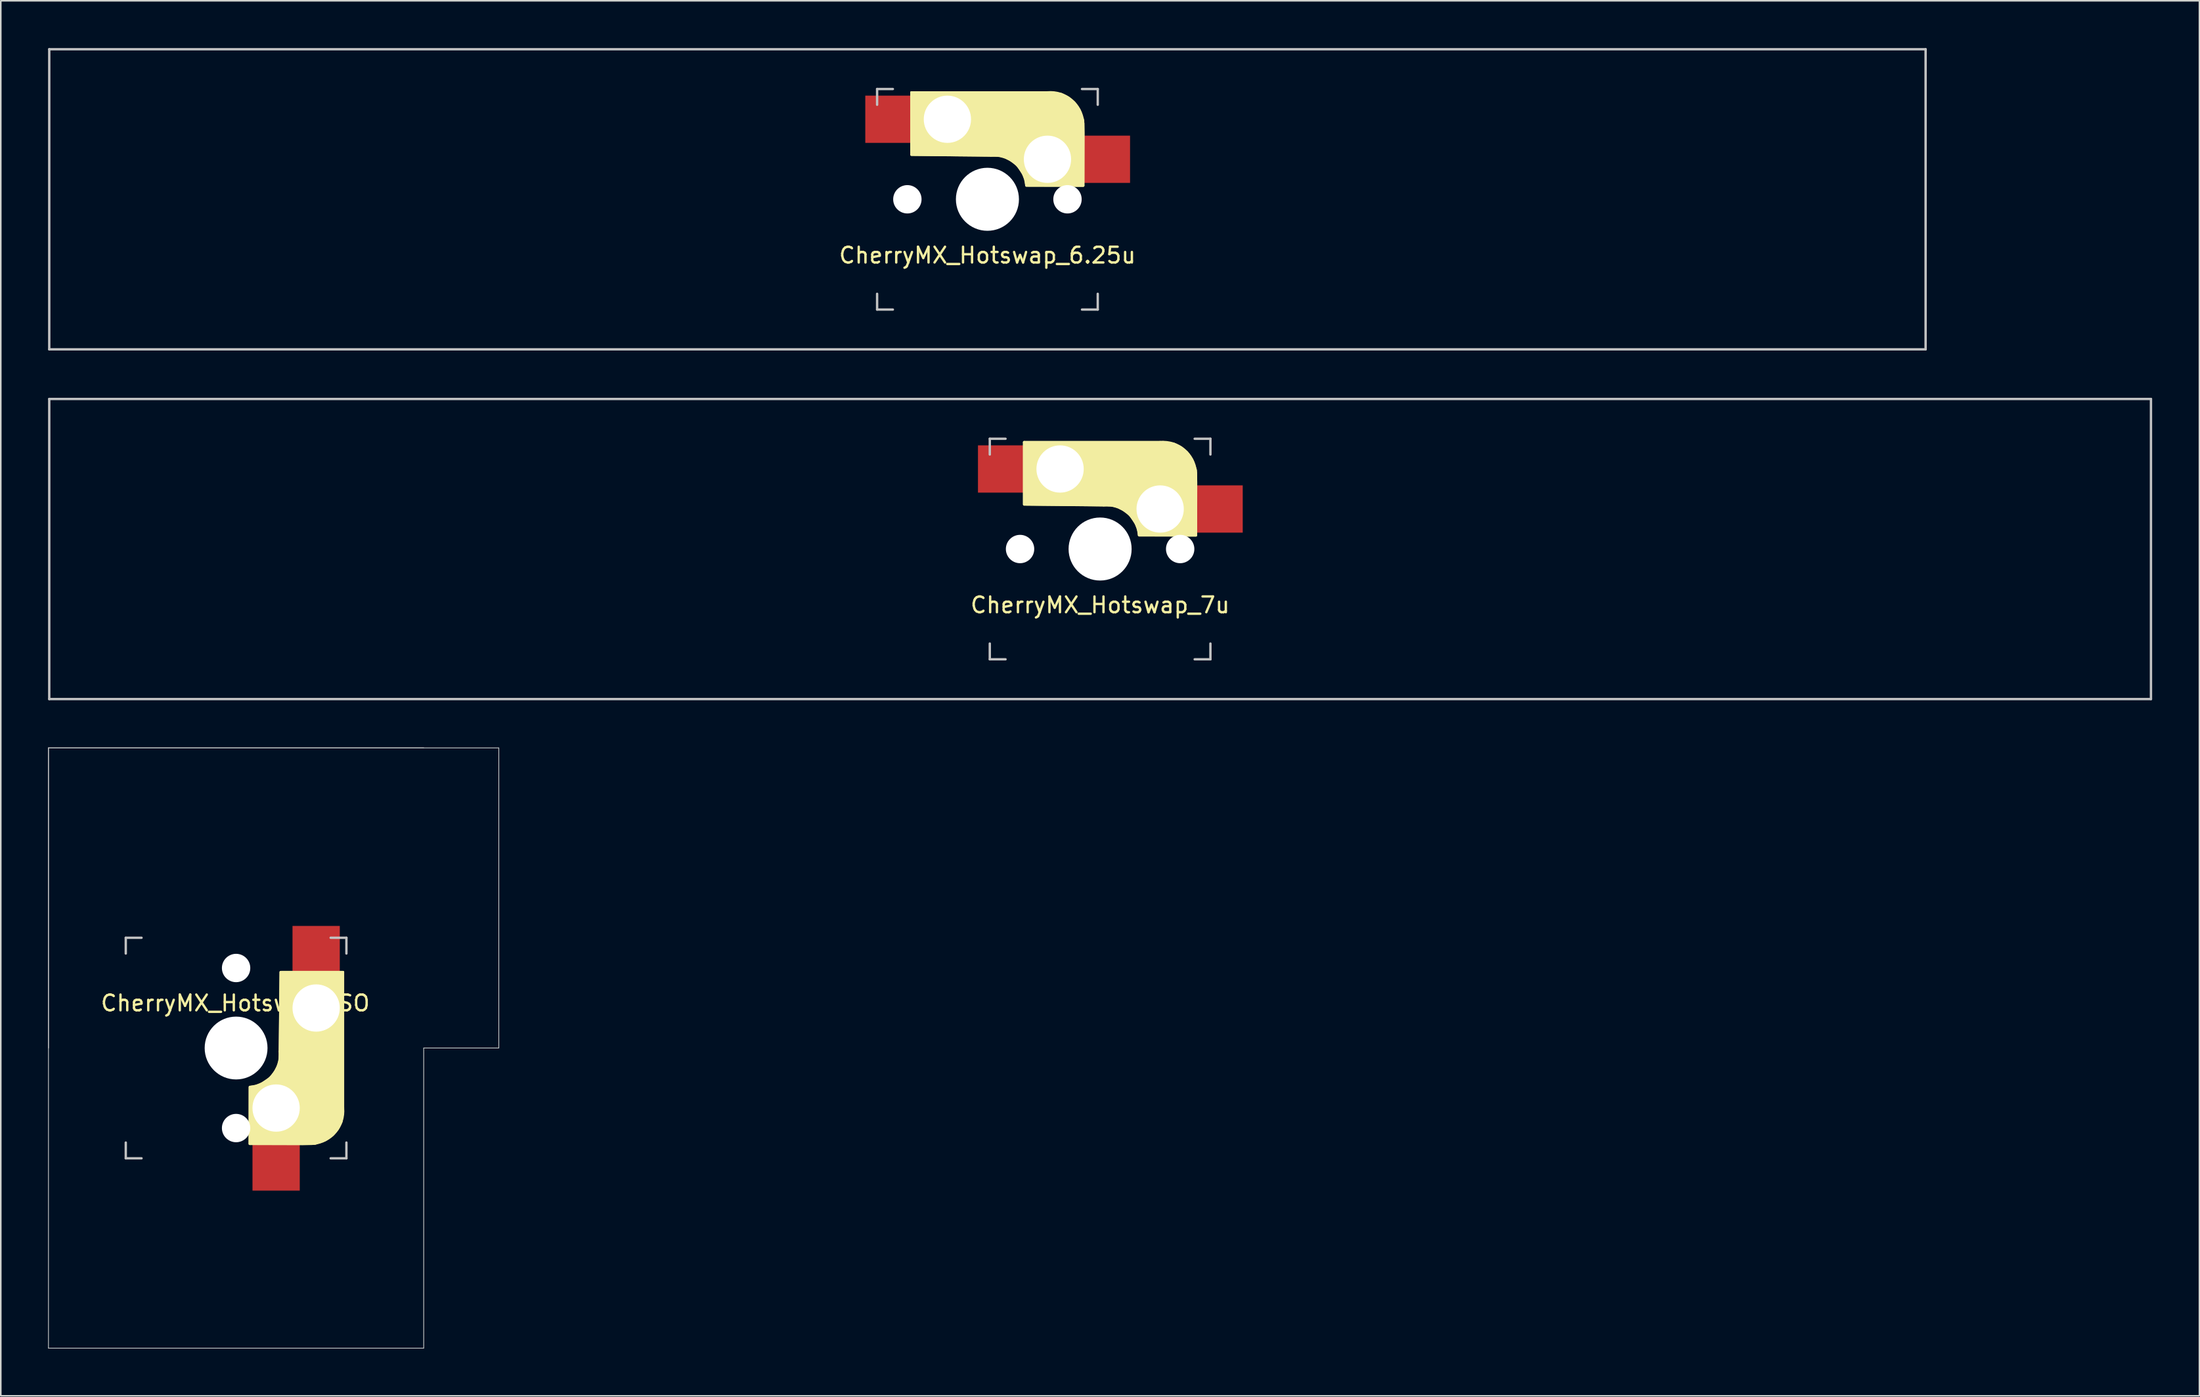
<source format=kicad_pcb>
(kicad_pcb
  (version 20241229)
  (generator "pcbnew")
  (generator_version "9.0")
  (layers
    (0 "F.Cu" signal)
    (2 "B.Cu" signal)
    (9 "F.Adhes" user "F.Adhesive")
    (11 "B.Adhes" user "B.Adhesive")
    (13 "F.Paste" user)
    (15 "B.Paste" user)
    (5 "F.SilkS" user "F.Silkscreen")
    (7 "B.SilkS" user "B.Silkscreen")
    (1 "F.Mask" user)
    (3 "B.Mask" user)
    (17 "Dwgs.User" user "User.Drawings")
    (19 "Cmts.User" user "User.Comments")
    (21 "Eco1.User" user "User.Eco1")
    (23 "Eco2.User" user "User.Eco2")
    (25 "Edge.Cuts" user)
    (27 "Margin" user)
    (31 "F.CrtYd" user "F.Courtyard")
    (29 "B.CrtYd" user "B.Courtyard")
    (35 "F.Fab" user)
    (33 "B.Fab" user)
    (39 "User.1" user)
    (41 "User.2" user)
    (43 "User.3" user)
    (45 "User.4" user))
  (footprint "CherryMX_Hotswap_7u"
    (layer "F.Cu")
    (at 66.756 31.8)
    (property "Reference" "CherryMX_Hotswap_7u" (at 0 3.556 0) (layer "F.SilkS") (effects (font (size 1 1) (thickness 0.15))))
    (attr smd)
    (fp_line (start -4.82 -6.784) (end -4.82 -2.876) (stroke (width 0.15) (type solid)) (layer "F.SilkS"))
    (fp_line (start 0.23 -2.784) (end -4.82 -2.83) (stroke (width 0.15) (type solid)) (layer "F.SilkS"))
    (fp_line (start 2.47 -0.876) (end 6.08 -0.876) (stroke (width 0.15) (type solid)) (layer "F.SilkS"))
    (fp_line (start 3.805 -6.784) (end -4.82 -6.784) (stroke (width 0.15) (type solid)) (layer "F.SilkS"))
    (fp_line (start 6.08 -0.885) (end 6.08 -4.83) (stroke (width 0.15) (type solid)) (layer "F.SilkS"))
    (fp_arc (start 0.205 -2.78) (mid 1.724361 -2.308061) (end 2.465 -0.9) (stroke (width 0.15) (type solid)) (layer "F.SilkS"))
    (fp_arc (start 3.805 -6.784) (mid 5.327189 -6.31089) (end 6.069 -4.9) (stroke (width 0.15) (type solid)) (layer "F.SilkS"))
    (fp_poly (pts (xy 6.08 -0.86) (xy 2.48 -0.87) (xy 2.42 -1.27) (xy 2.27 -1.62) (xy 1.89 -2.19) (xy 1.48 -2.49) (xy 1.12 -2.68) (xy 0.78 -2.77) (xy -4.82 -2.83) (xy -4.82 -6.78) (xy 4 -6.78) (xy 4.68 -6.68) (xy 5.13 -6.45) (xy 5.52 -6.12) (xy 5.84 -5.65) (xy 6.07 -5.01) (xy 6.09 -4.22)) (stroke (width 0.15) (type solid)) (fill yes) (layer "F.SilkS"))
    (fp_line (start -66.681 -9.525) (end -66.681 9.525) (stroke (width 0.15) (type solid)) (layer "Dwgs.User"))
    (fp_line (start -66.681 9.525) (end 66.681 9.525) (stroke (width 0.15) (type solid)) (layer "Dwgs.User"))
    (fp_line (start -7 -7) (end -6 -7) (stroke (width 0.15) (type solid)) (layer "Dwgs.User"))
    (fp_line (start -7 -6) (end -7 -7) (stroke (width 0.15) (type solid)) (layer "Dwgs.User"))
    (fp_line (start -7 7) (end -7 6) (stroke (width 0.15) (type solid)) (layer "Dwgs.User"))
    (fp_line (start -6 7) (end -7 7) (stroke (width 0.15) (type solid)) (layer "Dwgs.User"))
    (fp_line (start 6 -7) (end 7 -7) (stroke (width 0.15) (type solid)) (layer "Dwgs.User"))
    (fp_line (start 7 -7) (end 7 -6) (stroke (width 0.15) (type solid)) (layer "Dwgs.User"))
    (fp_line (start 7 6) (end 7 7) (stroke (width 0.15) (type solid)) (layer "Dwgs.User"))
    (fp_line (start 7 7) (end 6 7) (stroke (width 0.15) (type solid)) (layer "Dwgs.User"))
    (fp_line (start 66.681 -9.525) (end -66.681 -9.525) (stroke (width 0.15) (type solid)) (layer "Dwgs.User"))
    (fp_line (start 66.681 9.525) (end 66.681 -9.525) (stroke (width 0.15) (type solid)) (layer "Dwgs.User"))
    (pad "" np_thru_hole circle (at -5.08 0) (size 1.8 1.8) (drill 1.8) (layers "*.Cu" "*.Mask"))
    (pad "" np_thru_hole circle (at -2.54 -5.08 180) (size 3 3) (drill 3) (layers "*.Cu" "*.Mask"))
    (pad "" np_thru_hole circle (at 0 0 270) (size 4 4) (drill 4) (layers "*.Cu" "*.Mask"))
    (pad "" np_thru_hole circle (at 3.81 -2.54 180) (size 3 3) (drill 3) (layers "*.Cu" "*.Mask"))
    (pad "" np_thru_hole circle (at 5.08 0) (size 1.8 1.8) (drill 1.8) (layers "*.Cu" "*.Mask"))
    (pad "1" smd rect (at 6.9 -2.54 180) (size 3.3 3) (drill (offset -0.5 0)) (layers "F.Cu" "F.Mask" "F.Paste"))
    (pad "2" smd rect (at -5.6 -5.08 180) (size 3.3 3) (drill (offset 0.5 0)) (layers "F.Cu" "F.Mask" "F.Paste")))
  (footprint "CherryMX_Hotswap_6.25u"
    (layer "F.Cu")
    (at 59.606 9.6)
    (property "Reference" "CherryMX_Hotswap_6.25u" (at 0 3.556 0) (layer "F.SilkS") (effects (font (size 1 1) (thickness 0.15))))
    (attr smd)
    (fp_line (start -4.82 -6.784) (end -4.82 -2.876) (stroke (width 0.15) (type solid)) (layer "F.SilkS"))
    (fp_line (start 0.23 -2.784) (end -4.82 -2.83) (stroke (width 0.15) (type solid)) (layer "F.SilkS"))
    (fp_line (start 2.47 -0.876) (end 6.08 -0.876) (stroke (width 0.15) (type solid)) (layer "F.SilkS"))
    (fp_line (start 3.805 -6.784) (end -4.82 -6.784) (stroke (width 0.15) (type solid)) (layer "F.SilkS"))
    (fp_line (start 6.08 -0.885) (end 6.08 -4.83) (stroke (width 0.15) (type solid)) (layer "F.SilkS"))
    (fp_arc (start 0.205 -2.78) (mid 1.724361 -2.308061) (end 2.465 -0.9) (stroke (width 0.15) (type solid)) (layer "F.SilkS"))
    (fp_arc (start 3.805 -6.784) (mid 5.327189 -6.31089) (end 6.069 -4.9) (stroke (width 0.15) (type solid)) (layer "F.SilkS"))
    (fp_poly (pts (xy 6.08 -0.86) (xy 2.48 -0.87) (xy 2.42 -1.27) (xy 2.27 -1.62) (xy 1.89 -2.19) (xy 1.48 -2.49) (xy 1.12 -2.68) (xy 0.78 -2.77) (xy -4.82 -2.83) (xy -4.82 -6.78) (xy 4 -6.78) (xy 4.68 -6.68) (xy 5.13 -6.45) (xy 5.52 -6.12) (xy 5.84 -5.65) (xy 6.07 -5.01) (xy 6.09 -4.22)) (stroke (width 0.15) (type solid)) (fill yes) (layer "F.SilkS"))
    (fp_line (start -59.531 -9.525) (end -59.531 9.525) (stroke (width 0.15) (type solid)) (layer "Dwgs.User"))
    (fp_line (start -59.531 9.525) (end 59.531 9.525) (stroke (width 0.15) (type solid)) (layer "Dwgs.User"))
    (fp_line (start -7 -7) (end -6 -7) (stroke (width 0.15) (type solid)) (layer "Dwgs.User"))
    (fp_line (start -7 -6) (end -7 -7) (stroke (width 0.15) (type solid)) (layer "Dwgs.User"))
    (fp_line (start -7 7) (end -7 6) (stroke (width 0.15) (type solid)) (layer "Dwgs.User"))
    (fp_line (start -6 7) (end -7 7) (stroke (width 0.15) (type solid)) (layer "Dwgs.User"))
    (fp_line (start 6 -7) (end 7 -7) (stroke (width 0.15) (type solid)) (layer "Dwgs.User"))
    (fp_line (start 7 -7) (end 7 -6) (stroke (width 0.15) (type solid)) (layer "Dwgs.User"))
    (fp_line (start 7 6) (end 7 7) (stroke (width 0.15) (type solid)) (layer "Dwgs.User"))
    (fp_line (start 7 7) (end 6 7) (stroke (width 0.15) (type solid)) (layer "Dwgs.User"))
    (fp_line (start 59.531 -9.525) (end -59.531 -9.525) (stroke (width 0.15) (type solid)) (layer "Dwgs.User"))
    (fp_line (start 59.531 9.525) (end 59.531 -9.525) (stroke (width 0.15) (type solid)) (layer "Dwgs.User"))
    (pad "" np_thru_hole circle (at -5.08 0) (size 1.8 1.8) (drill 1.8) (layers "*.Cu" "*.Mask"))
    (pad "" np_thru_hole circle (at -2.54 -5.08 180) (size 3 3) (drill 3) (layers "*.Cu" "*.Mask"))
    (pad "" np_thru_hole circle (at 0 0 270) (size 4 4) (drill 4) (layers "*.Cu" "*.Mask"))
    (pad "" np_thru_hole circle (at 3.81 -2.54 180) (size 3 3) (drill 3) (layers "*.Cu" "*.Mask"))
    (pad "" np_thru_hole circle (at 5.08 0) (size 1.8 1.8) (drill 1.8) (layers "*.Cu" "*.Mask"))
    (pad "1" smd rect (at 6.9 -2.54 180) (size 3.3 3) (drill (offset -0.5 0)) (layers "F.Cu" "F.Mask" "F.Paste"))
    (pad "2" smd rect (at -5.6 -5.08 180) (size 3.3 3) (drill (offset 0.5 0)) (layers "F.Cu" "F.Mask" "F.Paste")))
  (footprint "CherryMX_Hotswap_ISO"
    (layer "F.Cu")
    (at 11.931 63.475)
    (property "Reference" "CherryMX_Hotswap_ISO" (at -0.05 -2.85 180) (layer "F.SilkS") (effects (font (size 1 1) (thickness 0.15))))
    (attr smd)
    (fp_line (start 0.876 2.47) (end 0.876 6.08) (stroke (width 0.15) (type solid)) (layer "F.SilkS"))
    (fp_line (start 0.885 6.08) (end 4.83 6.08) (stroke (width 0.15) (type solid)) (layer "F.SilkS"))
    (fp_line (start 2.784 0.23) (end 2.83 -4.82) (stroke (width 0.15) (type solid)) (layer "F.SilkS"))
    (fp_line (start 6.784 -4.82) (end 2.876 -4.82) (stroke (width 0.15) (type solid)) (layer "F.SilkS"))
    (fp_line (start 6.784 3.805) (end 6.784 -4.82) (stroke (width 0.15) (type solid)) (layer "F.SilkS"))
    (fp_arc (start 2.78 0.205) (mid 2.308061 1.724361) (end 0.9 2.465) (stroke (width 0.15) (type solid)) (layer "F.SilkS"))
    (fp_arc (start 6.784 3.805) (mid 6.31089 5.327189) (end 4.9 6.069) (stroke (width 0.15) (type solid)) (layer "F.SilkS"))
    (fp_poly (pts (xy 0.86 6.08) (xy 0.87 2.48) (xy 1.27 2.42) (xy 1.62 2.27) (xy 2.19 1.89) (xy 2.49 1.48) (xy 2.68 1.12) (xy 2.77 0.78) (xy 2.83 -4.82) (xy 6.78 -4.82) (xy 6.78 4) (xy 6.68 4.68) (xy 6.45 5.13) (xy 6.12 5.52) (xy 5.65 5.84) (xy 5.01 6.07) (xy 4.22 6.09)) (stroke (width 0.15) (type solid)) (fill yes) (layer "F.SilkS"))
    (fp_line (start -11.906 -19.05) (end -11.906 0) (stroke (width 0.05) (type solid)) (layer "Dwgs.User"))
    (fp_line (start -11.906 -19.05) (end 11.906 -19.05) (stroke (width 0.05) (type solid)) (layer "Dwgs.User"))
    (fp_line (start -11.906 -19.05) (end 16.669 -19.05) (stroke (width 0.05) (type solid)) (layer "Dwgs.User"))
    (fp_line (start -11.906 19.05) (end -11.906 -19.05) (stroke (width 0.05) (type solid)) (layer "Dwgs.User"))
    (fp_line (start -7 -7) (end -6 -7) (stroke (width 0.15) (type solid)) (layer "Dwgs.User"))
    (fp_line (start -7 -6) (end -7 -7) (stroke (width 0.15) (type solid)) (layer "Dwgs.User"))
    (fp_line (start -7 7) (end -7 6) (stroke (width 0.15) (type solid)) (layer "Dwgs.User"))
    (fp_line (start -6 7) (end -7 7) (stroke (width 0.15) (type solid)) (layer "Dwgs.User"))
    (fp_line (start 6 -7) (end 7 -7) (stroke (width 0.15) (type solid)) (layer "Dwgs.User"))
    (fp_line (start 7 -7) (end 7 -6) (stroke (width 0.15) (type solid)) (layer "Dwgs.User"))
    (fp_line (start 7 6) (end 7 7) (stroke (width 0.15) (type solid)) (layer "Dwgs.User"))
    (fp_line (start 7 7) (end 6 7) (stroke (width 0.15) (type solid)) (layer "Dwgs.User"))
    (fp_line (start 11.906 0) (end 16.669 0) (stroke (width 0.05) (type solid)) (layer "Dwgs.User"))
    (fp_line (start 11.906 19.05) (end -11.906 19.05) (stroke (width 0.05) (type solid)) (layer "Dwgs.User"))
    (fp_line (start 11.906 19.05) (end 11.906 0) (stroke (width 0.05) (type solid)) (layer "Dwgs.User"))
    (fp_line (start 16.669 0) (end 16.669 -19.05) (stroke (width 0.05) (type solid)) (layer "Dwgs.User"))
    (pad "" np_thru_hole circle (at 0 -5.08 270) (size 1.8 1.8) (drill 1.8) (layers "*.Cu" "*.Mask"))
    (pad "" np_thru_hole circle (at 0 0 180) (size 3.988 3.988) (drill 3.988) (layers "*.Cu" "*.Mask"))
    (pad "" np_thru_hole circle (at 0 5.08 270) (size 1.8 1.8) (drill 1.8) (layers "*.Cu" "*.Mask"))
    (pad "" np_thru_hole circle (at 2.54 3.81 90) (size 3 3) (drill 3) (layers "*.Cu" "*.Mask"))
    (pad "" np_thru_hole circle (at 5.08 -2.54 90) (size 3 3) (drill 3) (layers "*.Cu" "*.Mask"))
    (pad "1" smd rect (at 2.54 6.9 90) (size 3.3 3) (drill (offset -0.5 0)) (layers "F.Cu" "F.Mask" "F.Paste"))
    (pad "2" smd rect (at 5.08 -5.6 90) (size 3.3 3) (drill (offset 0.5 0)) (layers "F.Cu" "F.Mask" "F.Paste")))
  (gr_rect
    (start -3 -3)
    (end 136.512 85.55)
    (stroke (width 0.1) (type default))
    (fill no)
    (layer "Edge.Cuts")))
</source>
